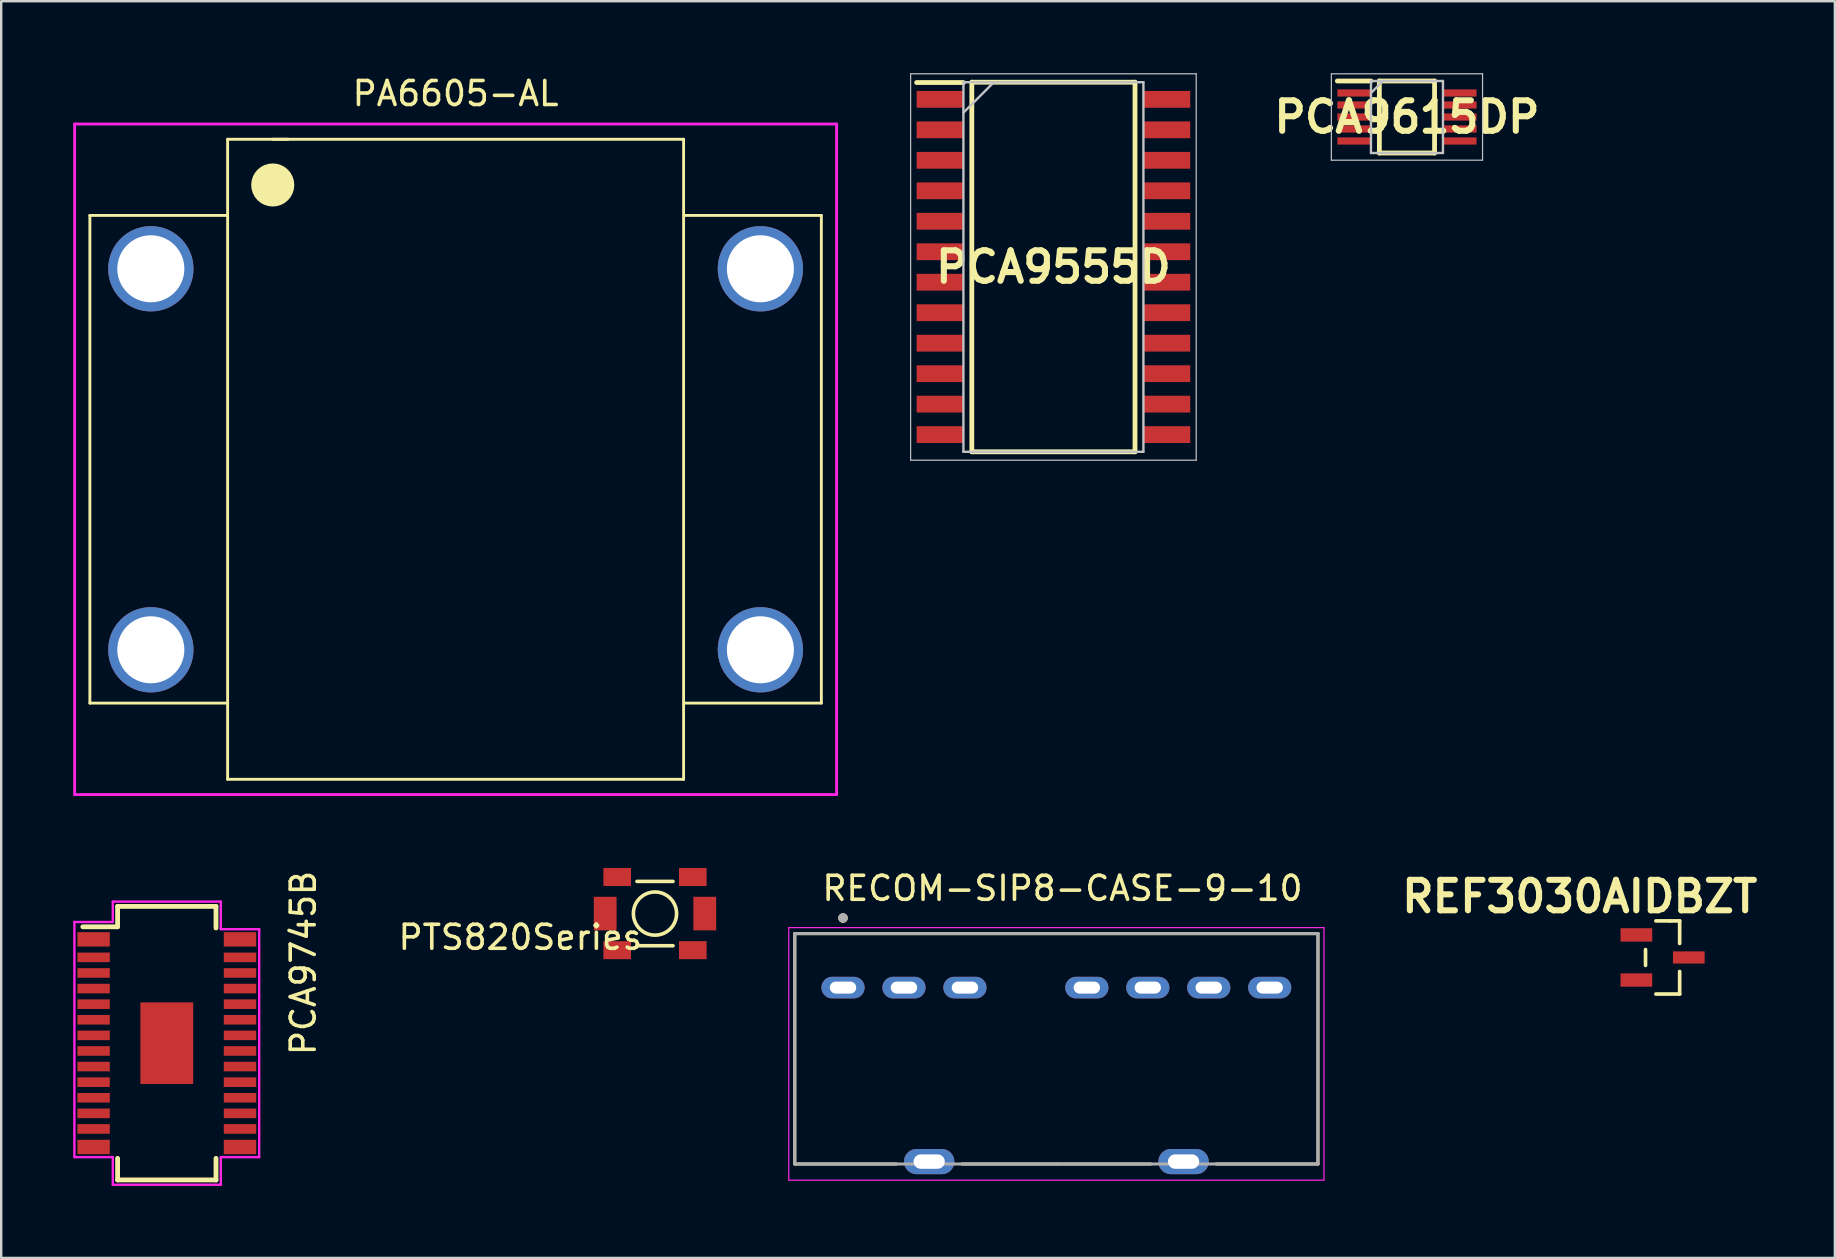
<source format=kicad_pcb>
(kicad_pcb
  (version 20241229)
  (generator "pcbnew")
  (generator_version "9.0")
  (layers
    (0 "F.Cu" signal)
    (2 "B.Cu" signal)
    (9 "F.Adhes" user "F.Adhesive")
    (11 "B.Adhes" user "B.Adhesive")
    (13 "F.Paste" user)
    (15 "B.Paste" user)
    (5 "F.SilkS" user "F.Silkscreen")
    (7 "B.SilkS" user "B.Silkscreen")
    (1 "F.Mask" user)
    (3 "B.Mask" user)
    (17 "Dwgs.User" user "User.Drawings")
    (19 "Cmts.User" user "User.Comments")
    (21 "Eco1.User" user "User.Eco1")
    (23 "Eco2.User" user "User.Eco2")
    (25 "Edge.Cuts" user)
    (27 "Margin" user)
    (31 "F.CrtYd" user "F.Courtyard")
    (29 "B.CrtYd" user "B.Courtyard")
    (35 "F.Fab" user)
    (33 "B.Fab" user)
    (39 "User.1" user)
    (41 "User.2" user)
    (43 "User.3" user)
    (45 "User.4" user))
  (footprint "PA6605-AL"
    (layer "F.Cu")
    (at 15.935 16.088)
    (property "Reference" "PA6605-AL" (at 0 -15.24 0) (layer "F.SilkS") (effects (font (size 1 1) (thickness 0.15))))
    (attr through_hole)
    (fp_line (start -15.24 -10.16) (end -15.24 10.16) (stroke (width 0.12) (type solid)) (layer "F.SilkS"))
    (fp_line (start -15.24 10.16) (end -9.525 10.16) (stroke (width 0.12) (type solid)) (layer "F.SilkS"))
    (fp_line (start -9.525 -10.16) (end -15.24 -10.16) (stroke (width 0.12) (type solid)) (layer "F.SilkS"))
    (fp_line (start -9.5 -13.335) (end 9.5 -13.335) (stroke (width 0.12) (type solid)) (layer "F.SilkS"))
    (fp_line (start -9.5 13.335) (end -9.5 -13.335) (stroke (width 0.12) (type solid)) (layer "F.SilkS"))
    (fp_line (start -7.62 -13.335) (end -6.985 -13.335) (stroke (width 0.12) (type solid)) (layer "F.SilkS"))
    (fp_line (start 9.5 -13.335) (end 9.5 13.335) (stroke (width 0.12) (type solid)) (layer "F.SilkS"))
    (fp_line (start 9.5 13.335) (end -9.5 13.335) (stroke (width 0.12) (type solid)) (layer "F.SilkS"))
    (fp_line (start 15.24 -10.16) (end 9.525 -10.16) (stroke (width 0.12) (type solid)) (layer "F.SilkS"))
    (fp_line (start 15.24 10.16) (end 9.525 10.16) (stroke (width 0.12) (type solid)) (layer "F.SilkS"))
    (fp_line (start 15.24 10.16) (end 15.24 -10.16) (stroke (width 0.12) (type solid)) (layer "F.SilkS"))
    (fp_circle (center -7.62 -11.43) (end -7.62 -11.43) (stroke (width 0.898) (type solid)) (fill no) (layer "F.SilkS"))
    (fp_line (start -15.875 -13.97) (end 15.875 -13.97) (stroke (width 0.12) (type solid)) (layer "F.CrtYd"))
    (fp_line (start -15.875 13.97) (end -15.875 -13.97) (stroke (width 0.12) (type solid)) (layer "F.CrtYd"))
    (fp_line (start 15.875 -13.97) (end 15.875 13.97) (stroke (width 0.12) (type solid)) (layer "F.CrtYd"))
    (fp_line (start 15.875 13.97) (end -15.875 13.97) (stroke (width 0.12) (type solid)) (layer "F.CrtYd"))
    (pad "1" thru_hole circle (at -12.7 -7.938) (size 3.556 3.556) (drill 2.794) (layers "*.Cu" "*.Mask"))
    (pad "2" thru_hole circle (at -12.7 7.938) (size 3.556 3.556) (drill 2.794) (layers "*.Cu" "*.Mask"))
    (pad "3" thru_hole circle (at 12.7 7.938) (size 3.556 3.556) (drill 2.794) (layers "*.Cu" "*.Mask"))
    (pad "4" thru_hole circle (at 12.7 -7.938) (size 3.556 3.556) (drill 2.794) (layers "*.Cu" "*.Mask")))
  (footprint "PTS820Series"
    (layer "F.Cu")
    (at 24.243 35.018)
    (property "Reference" "PTS820Series" (at -5.61 0.99 0) (layer "F.SilkS") (effects (font (size 1 1) (thickness 0.15))))
    (attr through_hole)
    (fp_line (start -0.75 -1.34) (end 0.75 -1.34) (stroke (width 0.15) (type solid)) (layer "F.SilkS"))
    (fp_line (start -0.75 1.34) (end 0.75 1.34) (stroke (width 0.15) (type solid)) (layer "F.SilkS"))
    (fp_circle (center 0 0) (end 0.9 0) (stroke (width 0.15) (type solid)) (fill no) (layer "F.SilkS"))
    (pad "1" smd rect (at -2.075 0) (size 0.95 1.4) (layers "F.Cu" "F.Mask" "F.Paste"))
    (pad "2" smd rect (at 2.075 0) (size 0.95 1.4) (layers "F.Cu" "F.Mask" "F.Paste"))
    (pad "3" smd rect (at -1.575 -1.525 180) (size 1.15 0.75) (layers "F.Cu" "F.Mask" "F.Paste"))
    (pad "4" smd rect (at 1.575 -1.525 180) (size 1.15 0.75) (layers "F.Cu" "F.Mask" "F.Paste"))
    (pad "5" smd rect (at -1.575 1.525 180) (size 1.15 0.75) (layers "F.Cu" "F.Mask" "F.Paste"))
    (pad "6" smd rect (at 1.575 1.525 180) (size 1.15 0.75) (layers "F.Cu" "F.Mask" "F.Paste")))
  (footprint "REF3030AIDBZT"
    (layer "F.Cu")
    (at 66.229 36.847)
    (property "Reference" "REF3030AIDBZT" (at -3.454 -2.54 0) (layer "F.SilkS") (effects (font (size 1.27 1.27) (thickness 0.254))))
    (attr smd)
    (fp_line (start -0.711 -0.33) (end -0.711 0.33) (stroke (width 0.152) (type solid)) (layer "F.SilkS"))
    (fp_line (start -0.279 1.524) (end 0.711 1.524) (stroke (width 0.152) (type solid)) (layer "F.SilkS"))
    (fp_line (start 0.305 -1.524) (end -0.279 -1.524) (stroke (width 0.152) (type solid)) (layer "F.SilkS"))
    (fp_line (start 0.711 -1.524) (end 0.305 -1.524) (stroke (width 0.152) (type solid)) (layer "F.SilkS"))
    (fp_line (start 0.711 -0.584) (end 0.711 -1.524) (stroke (width 0.152) (type solid)) (layer "F.SilkS"))
    (fp_line (start 0.711 1.524) (end 0.711 0.584) (stroke (width 0.152) (type solid)) (layer "F.SilkS"))
    (pad "1" smd rect (at -1.092 -0.94 90) (size 0.559 1.321) (layers "F.Cu" "F.Mask" "F.Paste"))
    (pad "2" smd rect (at -1.092 0.94 90) (size 0.559 1.321) (layers "F.Cu" "F.Mask" "F.Paste"))
    (pad "3" smd rect (at 1.092 0 90) (size 0.508 1.321) (layers "F.Cu" "F.Mask" "F.Paste")))
  (footprint "PCA9745B"
    (layer "F.Cu")
    (at 3.863 40.302)
    (property "Reference" "PCA9745B" (at 5.725 -3.225 90) (layer "F.SilkS") (effects (font (size 1 1) (thickness 0.15))))
    (attr through_hole)
    (fp_poly (pts (xy 1.187 -1.634) (xy -1.113 -1.634) (xy -1.113 1.866) (xy 1.187 1.866)) (stroke (width 0.15) (type solid)) (fill yes) (layer "B.Mask"))
    (fp_line (start -2.013 -5.584) (end -2.013 -4.734) (stroke (width 0.2) (type solid)) (layer "F.SilkS"))
    (fp_line (start -2.013 -4.734) (end -3.463 -4.734) (stroke (width 0.2) (type solid)) (layer "F.SilkS"))
    (fp_line (start -2.013 5.816) (end -2.013 4.916) (stroke (width 0.2) (type solid)) (layer "F.SilkS"))
    (fp_line (start 2.087 -5.584) (end -2.013 -5.584) (stroke (width 0.2) (type solid)) (layer "F.SilkS"))
    (fp_line (start 2.087 -5.584) (end 2.087 -4.684) (stroke (width 0.2) (type solid)) (layer "F.SilkS"))
    (fp_line (start 2.087 5.816) (end -2.013 5.816) (stroke (width 0.2) (type solid)) (layer "F.SilkS"))
    (fp_line (start 2.087 5.816) (end 2.087 4.916) (stroke (width 0.2) (type solid)) (layer "F.SilkS"))
    (fp_line (start -3.813 -4.934) (end -3.813 4.866) (stroke (width 0.1) (type solid)) (layer "F.CrtYd"))
    (fp_line (start -3.813 -4.934) (end -2.213 -4.934) (stroke (width 0.1) (type solid)) (layer "F.CrtYd"))
    (fp_line (start -3.813 4.866) (end -2.213 4.866) (stroke (width 0.1) (type solid)) (layer "F.CrtYd"))
    (fp_line (start -2.213 -5.784) (end 2.287 -5.784) (stroke (width 0.1) (type solid)) (layer "F.CrtYd"))
    (fp_line (start -2.213 -4.934) (end -2.213 -5.784) (stroke (width 0.1) (type solid)) (layer "F.CrtYd"))
    (fp_line (start -2.213 4.866) (end -2.213 6.016) (stroke (width 0.1) (type solid)) (layer "F.CrtYd"))
    (fp_line (start -2.213 6.016) (end 2.287 6.016) (stroke (width 0.1) (type solid)) (layer "F.CrtYd"))
    (fp_line (start 2.287 -4.634) (end 2.287 -5.784) (stroke (width 0.1) (type solid)) (layer "F.CrtYd"))
    (fp_line (start 2.287 4.866) (end 2.287 6.016) (stroke (width 0.1) (type solid)) (layer "F.CrtYd"))
    (fp_line (start 3.887 -4.634) (end 2.287 -4.634) (stroke (width 0.1) (type solid)) (layer "F.CrtYd"))
    (fp_line (start 3.887 -4.634) (end 3.887 4.866) (stroke (width 0.1) (type solid)) (layer "F.CrtYd"))
    (fp_line (start 3.887 4.866) (end 2.287 4.866) (stroke (width 0.1) (type solid)) (layer "F.CrtYd"))
    (pad "1" smd rect (at -3.013 -4.209 270) (size 0.6 1.35) (layers "F.Cu" "F.Mask" "F.Paste"))
    (pad "2" smd rect (at -3.013 -3.459 270) (size 0.4 1.35) (layers "F.Cu" "F.Mask" "F.Paste"))
    (pad "3" smd rect (at -3.013 -2.809 270) (size 0.4 1.35) (layers "F.Cu" "F.Mask" "F.Paste"))
    (pad "4" smd rect (at -3.013 -2.159 270) (size 0.4 1.35) (layers "F.Cu" "F.Mask" "F.Paste"))
    (pad "5" smd rect (at -3.013 -1.509 270) (size 0.4 1.35) (layers "F.Cu" "F.Mask" "F.Paste"))
    (pad "6" smd rect (at -3.013 -0.859 270) (size 0.4 1.35) (layers "F.Cu" "F.Mask" "F.Paste"))
    (pad "7" smd rect (at -3.013 -0.209 270) (size 0.4 1.35) (layers "F.Cu" "F.Mask" "F.Paste"))
    (pad "8" smd rect (at -3.013 0.441 270) (size 0.4 1.35) (layers "F.Cu" "F.Mask" "F.Paste"))
    (pad "9" smd rect (at -3.013 1.091 270) (size 0.4 1.35) (layers "F.Cu" "F.Mask" "F.Paste"))
    (pad "10" smd rect (at -3.013 1.741 270) (size 0.4 1.35) (layers "F.Cu" "F.Mask" "F.Paste"))
    (pad "11" smd rect (at -3.013 2.391 270) (size 0.4 1.35) (layers "F.Cu" "F.Mask" "F.Paste"))
    (pad "12" smd rect (at -3.013 3.041 270) (size 0.4 1.35) (layers "F.Cu" "F.Mask" "F.Paste"))
    (pad "13" smd rect (at -3.013 3.691 270) (size 0.4 1.35) (layers "F.Cu" "F.Mask" "F.Paste"))
    (pad "14" smd rect (at -3.013 4.441 270) (size 0.6 1.35) (layers "F.Cu" "F.Mask" "F.Paste"))
    (pad "15" smd rect (at 3.087 4.441 270) (size 0.6 1.35) (layers "F.Cu" "F.Mask" "F.Paste"))
    (pad "16" smd rect (at 3.087 3.691 270) (size 0.4 1.35) (layers "F.Cu" "F.Mask" "F.Paste"))
    (pad "17" smd rect (at 3.087 3.041 270) (size 0.4 1.35) (layers "F.Cu" "F.Mask" "F.Paste"))
    (pad "18" smd rect (at 3.087 2.391 270) (size 0.4 1.35) (layers "F.Cu" "F.Mask" "F.Paste"))
    (pad "19" smd rect (at 3.087 1.741 270) (size 0.4 1.35) (layers "F.Cu" "F.Mask" "F.Paste"))
    (pad "20" smd rect (at 3.087 1.091 270) (size 0.4 1.35) (layers "F.Cu" "F.Mask" "F.Paste"))
    (pad "21" smd rect (at 3.087 0.441 270) (size 0.4 1.35) (layers "F.Cu" "F.Mask" "F.Paste"))
    (pad "22" smd rect (at 3.087 -0.209 270) (size 0.4 1.35) (layers "F.Cu" "F.Mask" "F.Paste"))
    (pad "23" smd rect (at 3.087 -0.859 270) (size 0.4 1.35) (layers "F.Cu" "F.Mask" "F.Paste"))
    (pad "24" smd rect (at 3.087 -1.509 270) (size 0.4 1.35) (layers "F.Cu" "F.Mask" "F.Paste"))
    (pad "25" smd rect (at 3.087 -2.159 270) (size 0.4 1.35) (layers "F.Cu" "F.Mask" "F.Paste"))
    (pad "26" smd rect (at 3.087 -2.809 270) (size 0.4 1.35) (layers "F.Cu" "F.Mask" "F.Paste"))
    (pad "27" smd rect (at 3.087 -3.459 270) (size 0.4 1.35) (layers "F.Cu" "F.Mask" "F.Paste"))
    (pad "28" smd rect (at 3.087 -4.209 270) (size 0.6 1.35) (layers "F.Cu" "F.Mask" "F.Paste"))
    (pad "PADGND" smd rect (at 0.037 0.116 270) (size 3.4 2.2) (layers "F.Cu" "F.Mask" "F.Paste")))
  (footprint "RECOM-SIP8-CASE-9-10"
    (layer "F.Cu")
    (at 32.078 38.102)
    (property "Reference" "RECOM-SIP8-CASE-9-10" (at 9.144 -4.135 0) (layer "F.SilkS") (effects (font (size 1 1) (thickness 0.15))))
    (attr through_hole)
    (fp_line (start -2.01 -2.25) (end -2.01 7.35) (stroke (width 0.127) (type solid)) (layer "F.SilkS"))
    (fp_line (start -2.01 7.35) (end 2.226 7.35) (stroke (width 0.127) (type solid)) (layer "F.SilkS"))
    (fp_line (start 4.954 7.35) (end 12.826 7.35) (stroke (width 0.127) (type solid)) (layer "F.SilkS"))
    (fp_line (start 15.554 7.35) (end 19.79 7.35) (stroke (width 0.127) (type solid)) (layer "F.SilkS"))
    (fp_line (start 19.79 -2.25) (end -2.01 -2.25) (stroke (width 0.127) (type solid)) (layer "F.SilkS"))
    (fp_line (start 19.79 7.35) (end 19.79 -2.25) (stroke (width 0.127) (type solid)) (layer "F.SilkS"))
    (fp_circle (center 0 -2.9) (end 0.1 -2.9) (stroke (width 0.2) (type solid)) (fill no) (layer "F.SilkS"))
    (fp_line (start -2.26 -2.5) (end 20.04 -2.5) (stroke (width 0.05) (type solid)) (layer "F.CrtYd"))
    (fp_line (start -2.26 8.025) (end -2.26 -2.5) (stroke (width 0.05) (type solid)) (layer "F.CrtYd"))
    (fp_line (start 20.04 -2.5) (end 20.04 8.025) (stroke (width 0.05) (type solid)) (layer "F.CrtYd"))
    (fp_line (start 20.04 8.025) (end -2.26 8.025) (stroke (width 0.05) (type solid)) (layer "F.CrtYd"))
    (fp_line (start -2.01 -2.25) (end -2.01 7.35) (stroke (width 0.127) (type solid)) (layer "F.Fab"))
    (fp_line (start -2.01 7.35) (end 8.89 7.35) (stroke (width 0.127) (type solid)) (layer "F.Fab"))
    (fp_line (start 8.89 -2.25) (end -2.01 -2.25) (stroke (width 0.127) (type solid)) (layer "F.Fab"))
    (fp_line (start 8.89 7.35) (end 19.79 7.35) (stroke (width 0.127) (type solid)) (layer "F.Fab"))
    (fp_line (start 19.79 -2.25) (end 8.89 -2.25) (stroke (width 0.127) (type solid)) (layer "F.Fab"))
    (fp_line (start 19.79 7.35) (end 19.79 -2.25) (stroke (width 0.127) (type solid)) (layer "F.Fab"))
    (fp_circle (center 0 -2.9) (end 0.1 -2.9) (stroke (width 0.2) (type solid)) (fill no) (layer "F.Fab"))
    (pad "1" thru_hole oval (at 0 0) (size 1.8 0.9) (drill oval 1.1 0.5) (layers "*.Cu" "*.Mask"))
    (pad "2" thru_hole oval (at 2.54 0) (size 1.8 0.9) (drill oval 1.1 0.5) (layers "*.Cu" "*.Mask"))
    (pad "3" thru_hole oval (at 5.08 0) (size 1.8 0.9) (drill oval 1.1 0.5) (layers "*.Cu" "*.Mask"))
    (pad "5" thru_hole oval (at 10.16 0) (size 1.8 0.9) (drill oval 1.1 0.5) (layers "*.Cu" "*.Mask"))
    (pad "6" thru_hole oval (at 12.7 0) (size 1.8 0.9) (drill oval 1.1 0.5) (layers "*.Cu" "*.Mask"))
    (pad "7" thru_hole oval (at 15.24 0) (size 1.8 0.9) (drill oval 1.1 0.5) (layers "*.Cu" "*.Mask"))
    (pad "8" thru_hole oval (at 17.78 0) (size 1.8 0.9) (drill oval 1.1 0.5) (layers "*.Cu" "*.Mask"))
    (pad "9" thru_hole oval (at 14.19 7.25) (size 2.1 1.05) (drill oval 1.3 0.6) (layers "*.Cu" "*.Mask"))
    (pad "10" thru_hole oval (at 3.59 7.25) (size 2.1 1.05) (drill oval 1.3 0.6) (layers "*.Cu" "*.Mask")))
  (footprint "PCA9615DP"
    (layer "F.Cu")
    (at 55.577 1.825)
    (property "Reference" "PCA9615DP" (at 0 0 0) (layer "F.SilkS") (effects (font (size 1.27 1.27) (thickness 0.254))))
    (attr smd)
    (fp_line (start -2.9 -1.5) (end -1.5 -1.5) (stroke (width 0.2) (type solid)) (layer "F.SilkS"))
    (fp_line (start -1.15 -1.5) (end 1.15 -1.5) (stroke (width 0.2) (type solid)) (layer "F.SilkS"))
    (fp_line (start -1.15 1.5) (end -1.15 -1.5) (stroke (width 0.2) (type solid)) (layer "F.SilkS"))
    (fp_line (start 1.15 -1.5) (end 1.15 1.5) (stroke (width 0.2) (type solid)) (layer "F.SilkS"))
    (fp_line (start 1.15 1.5) (end -1.15 1.5) (stroke (width 0.2) (type solid)) (layer "F.SilkS"))
    (fp_line (start -3.15 -1.8) (end 3.15 -1.8) (stroke (width 0.05) (type solid)) (layer "Dwgs.User"))
    (fp_line (start -3.15 1.8) (end -3.15 -1.8) (stroke (width 0.05) (type solid)) (layer "Dwgs.User"))
    (fp_line (start -1.5 -1.5) (end 1.5 -1.5) (stroke (width 0.1) (type solid)) (layer "Dwgs.User"))
    (fp_line (start -1.5 -1) (end -1 -1.5) (stroke (width 0.1) (type solid)) (layer "Dwgs.User"))
    (fp_line (start -1.5 1.5) (end -1.5 -1.5) (stroke (width 0.1) (type solid)) (layer "Dwgs.User"))
    (fp_line (start 1.5 -1.5) (end 1.5 1.5) (stroke (width 0.1) (type solid)) (layer "Dwgs.User"))
    (fp_line (start 1.5 1.5) (end -1.5 1.5) (stroke (width 0.1) (type solid)) (layer "Dwgs.User"))
    (fp_line (start 3.15 -1.8) (end 3.15 1.8) (stroke (width 0.05) (type solid)) (layer "Dwgs.User"))
    (fp_line (start 3.15 1.8) (end -3.15 1.8) (stroke (width 0.05) (type solid)) (layer "Dwgs.User"))
    (pad "1" smd rect (at -2.2 -1 90) (size 0.3 1.4) (layers "F.Cu" "F.Mask" "F.Paste"))
    (pad "2" smd rect (at -2.2 -0.5 90) (size 0.3 1.4) (layers "F.Cu" "F.Mask" "F.Paste"))
    (pad "3" smd rect (at -2.2 0 90) (size 0.3 1.4) (layers "F.Cu" "F.Mask" "F.Paste"))
    (pad "4" smd rect (at -2.2 0.5 90) (size 0.3 1.4) (layers "F.Cu" "F.Mask" "F.Paste"))
    (pad "5" smd rect (at -2.2 1 90) (size 0.3 1.4) (layers "F.Cu" "F.Mask" "F.Paste"))
    (pad "6" smd rect (at 2.2 1 90) (size 0.3 1.4) (layers "F.Cu" "F.Mask" "F.Paste"))
    (pad "7" smd rect (at 2.2 0.5 90) (size 0.3 1.4) (layers "F.Cu" "F.Mask" "F.Paste"))
    (pad "8" smd rect (at 2.2 0 90) (size 0.3 1.4) (layers "F.Cu" "F.Mask" "F.Paste"))
    (pad "9" smd rect (at 2.2 -0.5 90) (size 0.3 1.4) (layers "F.Cu" "F.Mask" "F.Paste"))
    (pad "10" smd rect (at 2.2 -1 90) (size 0.3 1.4) (layers "F.Cu" "F.Mask" "F.Paste")))
  (footprint "PCA9555D"
    (layer "F.Cu")
    (at 40.845 8.075)
    (property "Reference" "PCA9555D" (at 0 0 0) (layer "F.SilkS") (effects (font (size 1.27 1.27) (thickness 0.254))))
    (attr smd)
    (fp_line (start -5.7 -7.685) (end -3.75 -7.685) (stroke (width 0.2) (type solid)) (layer "F.SilkS"))
    (fp_line (start -3.4 -7.7) (end 3.4 -7.7) (stroke (width 0.2) (type solid)) (layer "F.SilkS"))
    (fp_line (start -3.4 7.7) (end -3.4 -7.7) (stroke (width 0.2) (type solid)) (layer "F.SilkS"))
    (fp_line (start 3.4 -7.7) (end 3.4 7.7) (stroke (width 0.2) (type solid)) (layer "F.SilkS"))
    (fp_line (start 3.4 7.7) (end -3.4 7.7) (stroke (width 0.2) (type solid)) (layer "F.SilkS"))
    (fp_line (start -5.95 -8.05) (end 5.95 -8.05) (stroke (width 0.05) (type solid)) (layer "Dwgs.User"))
    (fp_line (start -5.95 8.05) (end -5.95 -8.05) (stroke (width 0.05) (type solid)) (layer "Dwgs.User"))
    (fp_line (start -3.75 -7.7) (end 3.75 -7.7) (stroke (width 0.1) (type solid)) (layer "Dwgs.User"))
    (fp_line (start -3.75 -6.43) (end -2.48 -7.7) (stroke (width 0.1) (type solid)) (layer "Dwgs.User"))
    (fp_line (start -3.75 7.7) (end -3.75 -7.7) (stroke (width 0.1) (type solid)) (layer "Dwgs.User"))
    (fp_line (start 3.75 -7.7) (end 3.75 7.7) (stroke (width 0.1) (type solid)) (layer "Dwgs.User"))
    (fp_line (start 3.75 7.7) (end -3.75 7.7) (stroke (width 0.1) (type solid)) (layer "Dwgs.User"))
    (fp_line (start 5.95 -8.05) (end 5.95 8.05) (stroke (width 0.05) (type solid)) (layer "Dwgs.User"))
    (fp_line (start 5.95 8.05) (end -5.95 8.05) (stroke (width 0.05) (type solid)) (layer "Dwgs.User"))
    (pad "1" smd rect (at -4.725 -6.985 90) (size 0.7 1.95) (layers "F.Cu" "F.Mask" "F.Paste"))
    (pad "2" smd rect (at -4.725 -5.715 90) (size 0.7 1.95) (layers "F.Cu" "F.Mask" "F.Paste"))
    (pad "3" smd rect (at -4.725 -4.445 90) (size 0.7 1.95) (layers "F.Cu" "F.Mask" "F.Paste"))
    (pad "4" smd rect (at -4.725 -3.175 90) (size 0.7 1.95) (layers "F.Cu" "F.Mask" "F.Paste"))
    (pad "5" smd rect (at -4.725 -1.905 90) (size 0.7 1.95) (layers "F.Cu" "F.Mask" "F.Paste"))
    (pad "6" smd rect (at -4.725 -0.635 90) (size 0.7 1.95) (layers "F.Cu" "F.Mask" "F.Paste"))
    (pad "7" smd rect (at -4.725 0.635 90) (size 0.7 1.95) (layers "F.Cu" "F.Mask" "F.Paste"))
    (pad "8" smd rect (at -4.725 1.905 90) (size 0.7 1.95) (layers "F.Cu" "F.Mask" "F.Paste"))
    (pad "9" smd rect (at -4.725 3.175 90) (size 0.7 1.95) (layers "F.Cu" "F.Mask" "F.Paste"))
    (pad "10" smd rect (at -4.725 4.445 90) (size 0.7 1.95) (layers "F.Cu" "F.Mask" "F.Paste"))
    (pad "11" smd rect (at -4.725 5.715 90) (size 0.7 1.95) (layers "F.Cu" "F.Mask" "F.Paste"))
    (pad "12" smd rect (at -4.725 6.985 90) (size 0.7 1.95) (layers "F.Cu" "F.Mask" "F.Paste"))
    (pad "13" smd rect (at 4.725 6.985 90) (size 0.7 1.95) (layers "F.Cu" "F.Mask" "F.Paste"))
    (pad "14" smd rect (at 4.725 5.715 90) (size 0.7 1.95) (layers "F.Cu" "F.Mask" "F.Paste"))
    (pad "15" smd rect (at 4.725 4.445 90) (size 0.7 1.95) (layers "F.Cu" "F.Mask" "F.Paste"))
    (pad "16" smd rect (at 4.725 3.175 90) (size 0.7 1.95) (layers "F.Cu" "F.Mask" "F.Paste"))
    (pad "17" smd rect (at 4.725 1.905 90) (size 0.7 1.95) (layers "F.Cu" "F.Mask" "F.Paste"))
    (pad "18" smd rect (at 4.725 0.635 90) (size 0.7 1.95) (layers "F.Cu" "F.Mask" "F.Paste"))
    (pad "19" smd rect (at 4.725 -0.635 90) (size 0.7 1.95) (layers "F.Cu" "F.Mask" "F.Paste"))
    (pad "20" smd rect (at 4.725 -1.905 90) (size 0.7 1.95) (layers "F.Cu" "F.Mask" "F.Paste"))
    (pad "21" smd rect (at 4.725 -3.175 90) (size 0.7 1.95) (layers "F.Cu" "F.Mask" "F.Paste"))
    (pad "22" smd rect (at 4.725 -4.445 90) (size 0.7 1.95) (layers "F.Cu" "F.Mask" "F.Paste"))
    (pad "23" smd rect (at 4.725 -5.715 90) (size 0.7 1.95) (layers "F.Cu" "F.Mask" "F.Paste"))
    (pad "24" smd rect (at 4.725 -6.985 90) (size 0.7 1.95) (layers "F.Cu" "F.Mask" "F.Paste")))
  (gr_rect
    (start -3 -3)
    (end 73.407 49.368)
    (stroke (width 0.1) (type default))
    (fill no)
    (layer "Edge.Cuts")))
</source>
